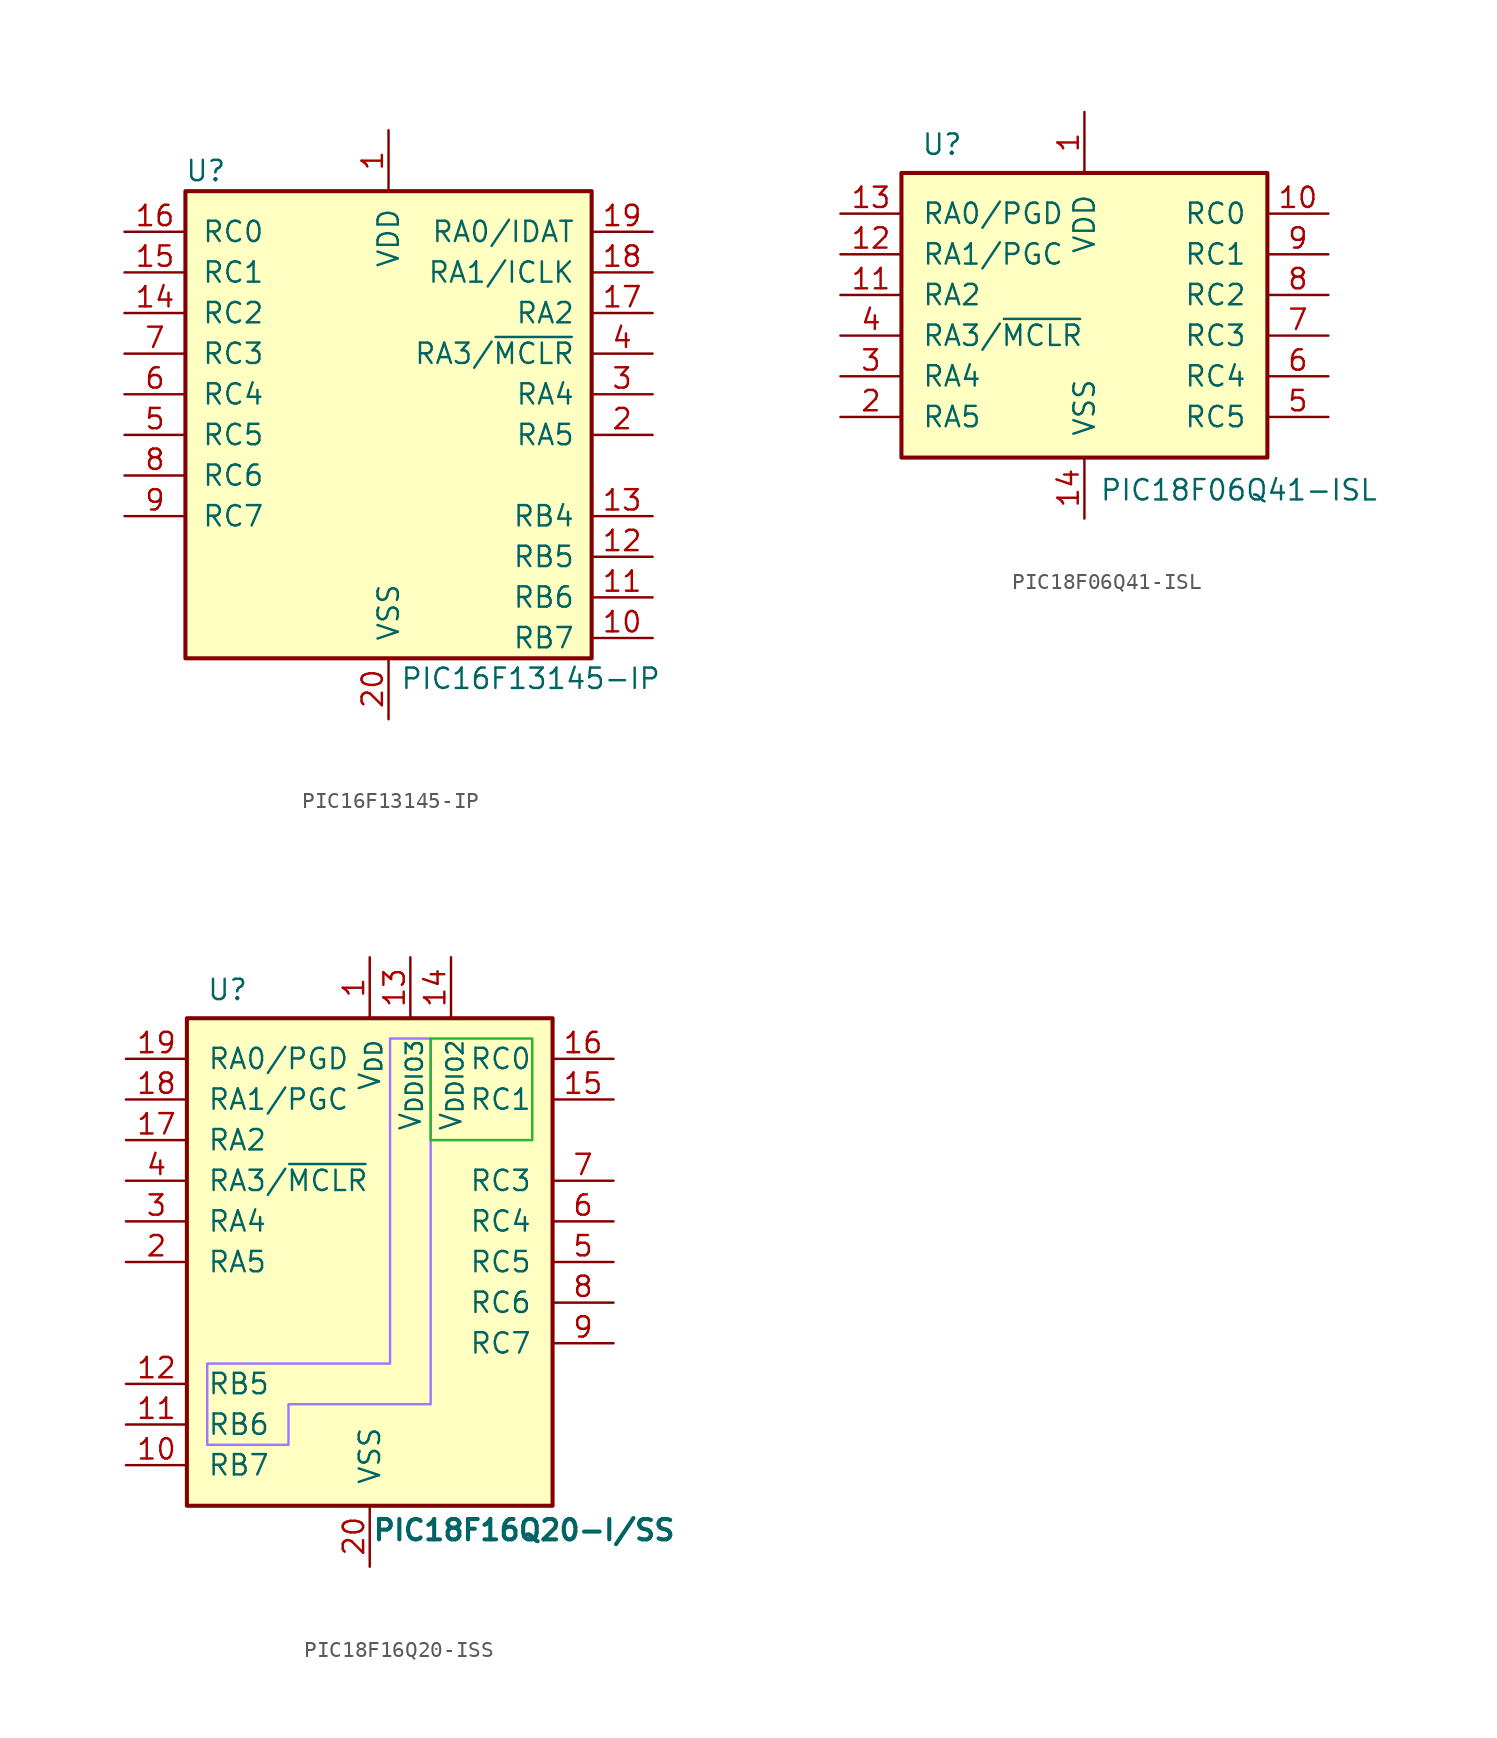
<source format=kicad_sym>
(kicad_symbol_lib
  (version 20241209)
  (generator "kicad_symbol_editor")
  (generator_version "9.0")
  (symbol "PIC16F13145-IP"
    (pin_names
      (offset 1.016))
    (property "Reference" "U"
      (at -11.43 3.81 0)
      (effects (font (size 1.27 1.27))))
    (property "Value" "PIC16F13145-IP"
      (at 8.89 -27.94 0)
      (effects (font (size 1.27 1.27))))
    (symbol "PIC16F13145-IP_1_0"
      (rectangle (start -12.7 2.54) (end 12.7 -26.67) (stroke (width 0.254) (type solid)) (fill (type background))))
    (symbol "PIC16F13145-IP_1_1"
      (pin bidirectional line (at -16.51 0 0) (length 3.81) (name "RC0" (effects (font (size 1.27 1.27)))) (number "16" (effects (font (size 1.27 1.27)))))
      (pin bidirectional line (at -16.51 -2.54 0) (length 3.81) (name "RC1" (effects (font (size 1.27 1.27)))) (number "15" (effects (font (size 1.27 1.27)))))
      (pin bidirectional line (at -16.51 -5.08 0) (length 3.81) (name "RC2" (effects (font (size 1.27 1.27)))) (number "14" (effects (font (size 1.27 1.27)))))
      (pin bidirectional line (at -16.51 -7.62 0) (length 3.81) (name "RC3" (effects (font (size 1.27 1.27)))) (number "7" (effects (font (size 1.27 1.27)))))
      (pin bidirectional line (at -16.51 -10.16 0) (length 3.81) (name "RC4" (effects (font (size 1.27 1.27)))) (number "6" (effects (font (size 1.27 1.27)))))
      (pin bidirectional line (at -16.51 -12.7 0) (length 3.81) (name "RC5" (effects (font (size 1.27 1.27)))) (number "5" (effects (font (size 1.27 1.27)))))
      (pin bidirectional line (at -16.51 -15.24 0) (length 3.81) (name "RC6" (effects (font (size 1.27 1.27)))) (number "8" (effects (font (size 1.27 1.27)))))
      (pin bidirectional line (at -16.51 -17.78 0) (length 3.81) (name "RC7" (effects (font (size 1.27 1.27)))) (number "9" (effects (font (size 1.27 1.27)))))
      (pin passive line (at 0 6.35 270) (length 3.81) (name "VDD" (effects (font (size 1.27 1.27)))) (number "1" (effects (font (size 1.27 1.27)))))
      (pin passive line (at 0 -30.48 90) (length 3.81) (name "VSS" (effects (font (size 1.27 1.27)))) (number "20" (effects (font (size 1.27 1.27)))))
      (pin bidirectional line (at 16.51 0 180) (length 3.81) (name "RA0/IDAT" (effects (font (size 1.27 1.27)))) (number "19" (effects (font (size 1.27 1.27)))))
      (pin bidirectional line (at 16.51 -2.54 180) (length 3.81) (name "RA1/ICLK" (effects (font (size 1.27 1.27)))) (number "18" (effects (font (size 1.27 1.27)))))
      (pin bidirectional line (at 16.51 -5.08 180) (length 3.81) (name "RA2" (effects (font (size 1.27 1.27)))) (number "17" (effects (font (size 1.27 1.27)))))
      (pin input line (at 16.51 -7.62 180) (length 3.81) (name "RA3/~{MCLR}" (effects (font (size 1.27 1.27)))) (number "4" (effects (font (size 1.27 1.27)))))
      (pin bidirectional line (at 16.51 -10.16 180) (length 3.81) (name "RA4" (effects (font (size 1.27 1.27)))) (number "3" (effects (font (size 1.27 1.27)))))
      (pin bidirectional line (at 16.51 -12.7 180) (length 3.81) (name "RA5" (effects (font (size 1.27 1.27)))) (number "2" (effects (font (size 1.27 1.27)))))
      (pin bidirectional line (at 16.51 -17.78 180) (length 3.81) (name "RB4" (effects (font (size 1.27 1.27)))) (number "13" (effects (font (size 1.27 1.27)))))
      (pin bidirectional line (at 16.51 -20.32 180) (length 3.81) (name "RB5" (effects (font (size 1.27 1.27)))) (number "12" (effects (font (size 1.27 1.27)))))
      (pin bidirectional line (at 16.51 -22.86 180) (length 3.81) (name "RB6" (effects (font (size 1.27 1.27)))) (number "11" (effects (font (size 1.27 1.27)))))
      (pin bidirectional line (at 16.51 -25.4 180) (length 3.81) (name "RB7" (effects (font (size 1.27 1.27)))) (number "10" (effects (font (size 1.27 1.27)))))))
  (symbol "PIC18F06Q41-ISL"
    (pin_names
      (offset 1.27))
    (property "Reference" "U"
      (at -8.89 10.668 0)
      (effects (font (size 1.27 1.27))))
    (property "Value" "PIC18F06Q41-ISL"
      (at 9.652 -10.922 0)
      (effects (font (size 1.27 1.27))))
    (symbol "PIC18F06Q41-ISL_0_1"
      (rectangle (start -11.43 8.89) (end 11.43 -8.89) (stroke (width 0.254) (type default)) (fill (type background))))
    (symbol "PIC18F06Q41-ISL_1_1"
      (pin bidirectional line (at -15.24 6.35 0) (length 3.81) (name "RA0/PGD" (effects (font (size 1.27 1.27)))) (number "13" (effects (font (size 1.27 1.27)))))
      (pin bidirectional line (at -15.24 3.81 0) (length 3.81) (name "RA1/PGC" (effects (font (size 1.27 1.27)))) (number "12" (effects (font (size 1.27 1.27)))))
      (pin bidirectional line (at -15.24 1.27 0) (length 3.81) (name "RA2" (effects (font (size 1.27 1.27)))) (number "11" (effects (font (size 1.27 1.27)))))
      (pin input line (at -15.24 -1.27 0) (length 3.81) (name "RA3/~{MCLR}" (effects (font (size 1.27 1.27)))) (number "4" (effects (font (size 1.27 1.27)))))
      (pin bidirectional line (at -15.24 -3.81 0) (length 3.81) (name "RA4" (effects (font (size 1.27 1.27)))) (number "3" (effects (font (size 1.27 1.27)))))
      (pin bidirectional line (at -15.24 -6.35 0) (length 3.81) (name "RA5" (effects (font (size 1.27 1.27)))) (number "2" (effects (font (size 1.27 1.27)))))
      (pin passive line (at 0 12.7 270) (length 3.81) (name "VDD" (effects (font (size 1.27 1.27)))) (number "1" (effects (font (size 1.27 1.27)))))
      (pin passive line (at 0 -12.7 90) (length 3.81) (name "VSS" (effects (font (size 1.27 1.27)))) (number "14" (effects (font (size 1.27 1.27)))))
      (pin bidirectional line (at 15.24 6.35 180) (length 3.81) (name "RC0" (effects (font (size 1.27 1.27)))) (number "10" (effects (font (size 1.27 1.27)))))
      (pin bidirectional line (at 15.24 3.81 180) (length 3.81) (name "RC1" (effects (font (size 1.27 1.27)))) (number "9" (effects (font (size 1.27 1.27)))))
      (pin bidirectional line (at 15.24 1.27 180) (length 3.81) (name "RC2" (effects (font (size 1.27 1.27)))) (number "8" (effects (font (size 1.27 1.27)))))
      (pin bidirectional line (at 15.24 -1.27 180) (length 3.81) (name "RC3" (effects (font (size 1.27 1.27)))) (number "7" (effects (font (size 1.27 1.27)))))
      (pin bidirectional line (at 15.24 -3.81 180) (length 3.81) (name "RC4" (effects (font (size 1.27 1.27)))) (number "6" (effects (font (size 1.27 1.27)))))
      (pin bidirectional line (at 15.24 -6.35 180) (length 3.81) (name "RC5" (effects (font (size 1.27 1.27)))) (number "5" (effects (font (size 1.27 1.27)))))))
  (symbol "PIC18F16Q20-ISS"
    (pin_names
      (offset 1.27))
    (property "Reference" "U"
      (at -8.89 10.668 0)
      (effects (font (size 1.27 1.27))))
    (property "Value" "PIC18F16Q20-I/SS"
      (at 9.652 -23.114 0)
      (effects (font (size 1.27 1.27) (bold yes))))
    (symbol "PIC18F16Q20-ISS_0_1"
      (rectangle (start -11.43 8.89) (end 11.43 -21.59) (stroke (width 0.254) (type default)) (fill (type background))))
    (symbol "PIC18F16Q20-ISS_1_1"
      (polyline (pts (xy -10.16 -12.7) (xy -5.08 -12.7) (xy 1.27 -12.7) (xy 1.27 7.62) (xy 3.81 7.62) (xy 3.81 -15.24) (xy -5.08 -15.24) (xy -5.08 -17.78) (xy -10.16 -17.78) (xy -10.16 -12.7)) (stroke (width 0) (type solid) (color 158 118 255 1)) (fill (type none)))
      (rectangle (start 3.81 7.62) (end 10.16 1.27) (stroke (width 0) (type solid) (color 40 180 44 1)) (fill (type none)))
      (pin bidirectional line (at -15.24 6.35 0) (length 3.81) (name "RA0/PGD" (effects (font (size 1.27 1.27)))) (number "19" (effects (font (size 1.27 1.27)))))
      (pin bidirectional line (at -15.24 3.81 0) (length 3.81) (name "RA1/PGC" (effects (font (size 1.27 1.27)))) (number "18" (effects (font (size 1.27 1.27)))))
      (pin bidirectional line (at -15.24 1.27 0) (length 3.81) (name "RA2" (effects (font (size 1.27 1.27)))) (number "17" (effects (font (size 1.27 1.27)))))
      (pin input line (at -15.24 -1.27 0) (length 3.81) (name "RA3/~{MCLR}" (effects (font (size 1.27 1.27)))) (number "4" (effects (font (size 1.27 1.27)))))
      (pin bidirectional line (at -15.24 -3.81 0) (length 3.81) (name "RA4" (effects (font (size 1.27 1.27)))) (number "3" (effects (font (size 1.27 1.27)))))
      (pin bidirectional line (at -15.24 -6.35 0) (length 3.81) (name "RA5" (effects (font (size 1.27 1.27)))) (number "2" (effects (font (size 1.27 1.27)))))
      (pin bidirectional line (at -15.24 -13.97 0) (length 3.81) (name "RB5" (effects (font (size 1.27 1.27)))) (number "12" (effects (font (size 1.27 1.27)))))
      (pin bidirectional line (at -15.24 -16.51 0) (length 3.81) (name "RB6" (effects (font (size 1.27 1.27)))) (number "11" (effects (font (size 1.27 1.27)))))
      (pin bidirectional line (at -15.24 -19.05 0) (length 3.81) (name "RB7" (effects (font (size 1.27 1.27)))) (number "10" (effects (font (size 1.27 1.27)))))
      (pin passive line (at 0 12.7 270) (length 3.81) (name "V_{DD}" (effects (font (size 1.27 1.27)))) (number "1" (effects (font (size 1.27 1.27)))))
      (pin passive line (at 0 -25.4 90) (length 3.81) (name "VSS" (effects (font (size 1.27 1.27)))) (number "20" (effects (font (size 1.27 1.27)))))
      (pin passive line (at 2.54 12.7 270) (length 3.81) (name "V_{DDIO3}" (effects (font (size 1.27 1.27)))) (number "13" (effects (font (size 1.27 1.27)))))
      (pin passive line (at 5.08 12.7 270) (length 3.81) (name "V_{DDIO2}" (effects (font (size 1.27 1.27)))) (number "14" (effects (font (size 1.27 1.27)))))
      (pin bidirectional line (at 15.24 6.35 180) (length 3.81) (name "RC0" (effects (font (size 1.27 1.27)))) (number "16" (effects (font (size 1.27 1.27)))))
      (pin bidirectional line (at 15.24 3.81 180) (length 3.81) (name "RC1" (effects (font (size 1.27 1.27)))) (number "15" (effects (font (size 1.27 1.27)))))
      (pin bidirectional line (at 15.24 -1.27 180) (length 3.81) (name "RC3" (effects (font (size 1.27 1.27)))) (number "7" (effects (font (size 1.27 1.27)))))
      (pin bidirectional line (at 15.24 -3.81 180) (length 3.81) (name "RC4" (effects (font (size 1.27 1.27)))) (number "6" (effects (font (size 1.27 1.27)))))
      (pin bidirectional line (at 15.24 -6.35 180) (length 3.81) (name "RC5" (effects (font (size 1.27 1.27)))) (number "5" (effects (font (size 1.27 1.27)))))
      (pin bidirectional line (at 15.24 -8.89 180) (length 3.81) (name "RC6" (effects (font (size 1.27 1.27)))) (number "8" (effects (font (size 1.27 1.27)))))
      (pin bidirectional line (at 15.24 -11.43 180) (length 3.81) (name "RC7" (effects (font (size 1.27 1.27)))) (number "9" (effects (font (size 1.27 1.27))))))))
</source>
